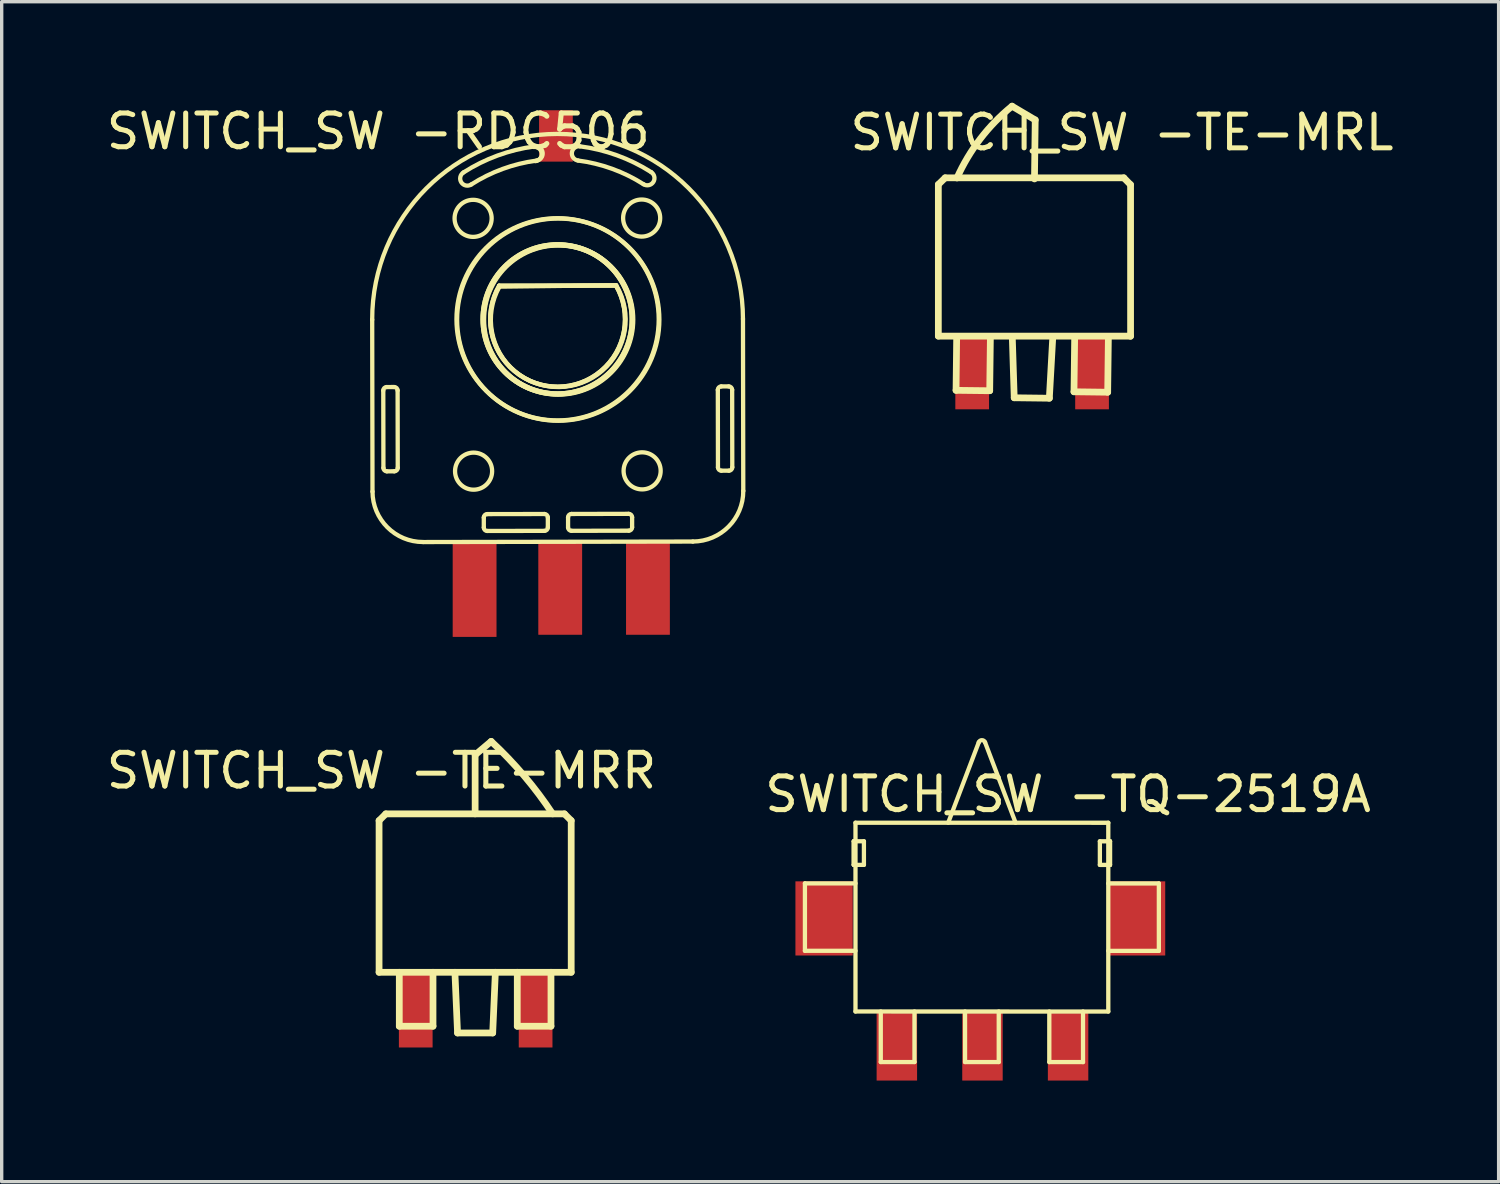
<source format=kicad_pcb>
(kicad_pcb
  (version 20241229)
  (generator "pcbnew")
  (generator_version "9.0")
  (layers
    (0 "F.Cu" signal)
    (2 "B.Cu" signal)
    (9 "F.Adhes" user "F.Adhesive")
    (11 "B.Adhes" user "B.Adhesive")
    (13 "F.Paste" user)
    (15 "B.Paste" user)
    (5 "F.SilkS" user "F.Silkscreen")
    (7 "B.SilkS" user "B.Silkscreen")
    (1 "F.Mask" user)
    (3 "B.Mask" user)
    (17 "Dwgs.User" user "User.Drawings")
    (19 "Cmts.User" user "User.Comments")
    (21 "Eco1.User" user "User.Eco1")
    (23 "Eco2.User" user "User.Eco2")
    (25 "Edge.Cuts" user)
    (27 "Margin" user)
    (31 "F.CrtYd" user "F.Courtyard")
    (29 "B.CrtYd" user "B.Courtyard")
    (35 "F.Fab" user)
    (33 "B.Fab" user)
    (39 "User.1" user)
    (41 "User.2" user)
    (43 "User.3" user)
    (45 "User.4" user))
  (footprint "SWITCH_SW -TE-MRL"
    (layer "F.Cu")
    (at 27.697 4.564)
    (property "Reference" "SWITCH_SW -TE-MRL" (at 2.54 -3.683 0) (layer "F.SilkS") (effects (font (size 1 1) (thickness 0.15))))
    (attr through_hole)
    (fp_line (start -2.909 -2.141) (end -2.909 2.358) (stroke (width 0.2) (type solid)) (layer "F.SilkS"))
    (fp_line (start -2.909 2.358) (end 2.791 2.358) (stroke (width 0.2) (type solid)) (layer "F.SilkS"))
    (fp_line (start -2.706 -2.339) (end -2.909 -2.141) (stroke (width 0.2) (type solid)) (layer "F.SilkS"))
    (fp_line (start -2.384 3.966) (end -2.365 2.366) (stroke (width 0.2) (type solid)) (layer "F.SilkS"))
    (fp_line (start -1.385 3.978) (end -2.384 3.966) (stroke (width 0.2) (type solid)) (layer "F.SilkS"))
    (fp_line (start -1.365 2.378) (end -1.385 3.978) (stroke (width 0.2) (type solid)) (layer "F.SilkS"))
    (fp_line (start -0.715 2.386) (end -0.658 4.187) (stroke (width 0.2) (type solid)) (layer "F.SilkS"))
    (fp_line (start -0.658 4.187) (end 0.384 4.2) (stroke (width 0.2) (type solid)) (layer "F.SilkS"))
    (fp_line (start -0.057 -2.306) (end -0.035 -4.056) (stroke (width 0.2) (type solid)) (layer "F.SilkS"))
    (fp_line (start -0.035 -4.056) (end -0.723 -4.464) (stroke (width 0.2) (type solid)) (layer "F.SilkS"))
    (fp_line (start 0.384 4.2) (end 0.485 2.401) (stroke (width 0.2) (type solid)) (layer "F.SilkS"))
    (fp_line (start 1.115 4.009) (end 1.135 2.409) (stroke (width 0.2) (type solid)) (layer "F.SilkS"))
    (fp_line (start 2.115 4.022) (end 1.115 4.009) (stroke (width 0.2) (type solid)) (layer "F.SilkS"))
    (fp_line (start 2.135 2.422) (end 2.115 4.022) (stroke (width 0.2) (type solid)) (layer "F.SilkS"))
    (fp_line (start 2.593 -2.339) (end -2.706 -2.339) (stroke (width 0.2) (type solid)) (layer "F.SilkS"))
    (fp_line (start 2.791 -2.136) (end 2.593 -2.339) (stroke (width 0.2) (type solid)) (layer "F.SilkS"))
    (fp_line (start 2.794 2.363) (end 2.794 -2.136) (stroke (width 0.2) (type solid)) (layer "F.SilkS"))
    (fp_arc (start -2.356324 -2.33434) (mid -1.664377 -3.495105) (end -0.722603 -4.464242) (stroke (width 0.2) (type solid)) (layer "F.SilkS"))
    (fp_circle (center -0.101 1.244) (end 0.399 1.244) (stroke (width 0.2) (type solid)) (fill no) (layer "Eco2.User"))
    (fp_circle (center -0.07 -1.256) (end 0.43 -1.256) (stroke (width 0.2) (type solid)) (fill no) (layer "Eco2.User"))
    (pad "1" smd rect (at -1.905 3.429) (size 1 2.2) (layers "F.Cu" "F.Mask" "F.Paste"))
    (pad "2" smd rect (at 1.651 3.429) (size 1 2.2) (layers "F.Cu" "F.Mask" "F.Paste")))
  (footprint "SWITCH_SW -TQ-2519A"
    (layer "F.Cu")
    (at 26.097 24.197)
    (property "Reference" "SWITCH_SW -TQ-2519A" (at 2.54 -3.683 0) (layer "F.SilkS") (effects (font (size 1 1) (thickness 0.15))))
    (attr through_hole)
    (fp_line (start -5.267 0.961) (end -5.267 -1.039) (stroke (width 0.127) (type solid)) (layer "F.SilkS"))
    (fp_line (start -5.267 -1.039) (end -3.767 -1.039) (stroke (width 0.127) (type solid)) (layer "F.SilkS"))
    (fp_line (start -3.817 -1.589) (end -3.817 -2.289) (stroke (width 0.127) (type solid)) (layer "F.SilkS"))
    (fp_line (start -3.817 -2.289) (end -3.517 -2.289) (stroke (width 0.127) (type solid)) (layer "F.SilkS"))
    (fp_line (start -3.817 -2.289) (end -3.767 -2.289) (stroke (width 0.127) (type solid)) (layer "F.SilkS"))
    (fp_line (start -3.817 -1.589) (end -3.817 -2.289) (stroke (width 0.127) (type solid)) (layer "F.SilkS"))
    (fp_line (start -3.767 2.761) (end -3.767 -2.839) (stroke (width 0.127) (type solid)) (layer "F.SilkS"))
    (fp_line (start -3.767 0.961) (end -5.267 0.961) (stroke (width 0.127) (type solid)) (layer "F.SilkS"))
    (fp_line (start -3.767 -1.589) (end -3.817 -1.589) (stroke (width 0.127) (type solid)) (layer "F.SilkS"))
    (fp_line (start -3.767 -2.839) (end 3.733 -2.838) (stroke (width 0.127) (type solid)) (layer "F.SilkS"))
    (fp_line (start -3.517 -1.589) (end -3.817 -1.589) (stroke (width 0.127) (type solid)) (layer "F.SilkS"))
    (fp_line (start -3.517 -2.289) (end -3.517 -1.589) (stroke (width 0.127) (type solid)) (layer "F.SilkS"))
    (fp_line (start -3.017 4.261) (end -3.017 2.761) (stroke (width 0.127) (type solid)) (layer "F.SilkS"))
    (fp_line (start -2.017 2.761) (end -2.017 4.261) (stroke (width 0.127) (type solid)) (layer "F.SilkS"))
    (fp_line (start -2.017 4.261) (end -3.017 4.261) (stroke (width 0.127) (type solid)) (layer "F.SilkS"))
    (fp_line (start -1.017 -2.838) (end -0.11 -5.224) (stroke (width 0.127) (type solid)) (layer "F.SilkS"))
    (fp_line (start -0.517 4.261) (end -0.517 2.761) (stroke (width 0.127) (type solid)) (layer "F.SilkS"))
    (fp_line (start 0.077 -5.224) (end 0.983 -2.838) (stroke (width 0.127) (type solid)) (layer "F.SilkS"))
    (fp_line (start 0.483 2.761) (end 0.483 4.261) (stroke (width 0.127) (type solid)) (layer "F.SilkS"))
    (fp_line (start 0.483 4.261) (end -0.517 4.261) (stroke (width 0.127) (type solid)) (layer "F.SilkS"))
    (fp_line (start 1.983 4.262) (end 1.983 2.762) (stroke (width 0.127) (type solid)) (layer "F.SilkS"))
    (fp_line (start 2.983 2.762) (end 2.983 4.262) (stroke (width 0.127) (type solid)) (layer "F.SilkS"))
    (fp_line (start 2.983 4.262) (end 1.983 4.262) (stroke (width 0.127) (type solid)) (layer "F.SilkS"))
    (fp_line (start 3.483 -1.588) (end 3.483 -2.288) (stroke (width 0.127) (type solid)) (layer "F.SilkS"))
    (fp_line (start 3.483 -2.288) (end 3.783 -2.288) (stroke (width 0.127) (type solid)) (layer "F.SilkS"))
    (fp_line (start 3.733 2.762) (end -3.767 2.761) (stroke (width 0.127) (type solid)) (layer "F.SilkS"))
    (fp_line (start 3.733 -2.288) (end 3.783 -2.288) (stroke (width 0.127) (type solid)) (layer "F.SilkS"))
    (fp_line (start 3.733 -1.038) (end 5.233 -1.038) (stroke (width 0.127) (type solid)) (layer "F.SilkS"))
    (fp_line (start 3.733 -2.838) (end 3.733 2.762) (stroke (width 0.127) (type solid)) (layer "F.SilkS"))
    (fp_line (start 3.783 -1.588) (end 3.483 -1.588) (stroke (width 0.127) (type solid)) (layer "F.SilkS"))
    (fp_line (start 3.783 -2.288) (end 3.783 -1.588) (stroke (width 0.127) (type solid)) (layer "F.SilkS"))
    (fp_line (start 3.783 -2.288) (end 3.783 -1.588) (stroke (width 0.127) (type solid)) (layer "F.SilkS"))
    (fp_line (start 3.783 -1.588) (end 3.733 -1.588) (stroke (width 0.127) (type solid)) (layer "F.SilkS"))
    (fp_line (start 5.233 0.962) (end 3.733 0.962) (stroke (width 0.127) (type solid)) (layer "F.SilkS"))
    (fp_line (start 5.233 -1.038) (end 5.233 0.962) (stroke (width 0.127) (type solid)) (layer "F.SilkS"))
    (fp_arc (start -0.110125 -5.224022) (mid -0.016647 -5.2885) (end 0.076831 -5.224023) (stroke (width 0.127) (type solid)) (layer "F.SilkS"))
    (pad "1" smd rect (at -2.54 3.81 90) (size 2 1.2) (layers "F.Cu" "F.Mask" "F.Paste"))
    (pad "2" smd rect (at 0 3.81 90) (size 2 1.2) (layers "F.Cu" "F.Mask" "F.Paste"))
    (pad "3" smd rect (at 2.54 3.81 90) (size 2 1.2) (layers "F.Cu" "F.Mask" "F.Paste"))
    (pad "4" smd rect (at -4.699 0 90) (size 2.2 1.7) (layers "F.Cu" "F.Mask" "F.Paste"))
    (pad "5" smd rect (at 4.572 0 90) (size 2.2 1.7) (layers "F.Cu" "F.Mask" "F.Paste")))
  (footprint "SWITCH_SW -RDC506"
    (layer "F.Cu")
    (at 13.57 8.603)
    (property "Reference" "SWITCH_SW -RDC506" (at -5.397 -7.755 0) (layer "F.SilkS") (effects (font (size 1 1) (thickness 0.15))))
    (attr through_hole)
    (fp_line (start -5.578 -2.17) (end -5.569 2.93) (stroke (width 0.127) (type solid)) (layer "F.SilkS"))
    (fp_line (start -5.249 -0.07) (end -5.245 2.23) (stroke (width 0.127) (type solid)) (layer "F.SilkS"))
    (fp_line (start -5.145 2.33) (end -4.92 2.329) (stroke (width 0.127) (type solid)) (layer "F.SilkS"))
    (fp_line (start -4.925 -0.171) (end -5.15 -0.17) (stroke (width 0.127) (type solid)) (layer "F.SilkS"))
    (fp_line (start -4.82 2.229) (end -4.824 -0.071) (stroke (width 0.127) (type solid)) (layer "F.SilkS"))
    (fp_line (start -4.066 4.428) (end 3.934 4.413) (stroke (width 0.127) (type solid)) (layer "F.SilkS"))
    (fp_line (start -2.267 3.699) (end -2.267 3.999) (stroke (width 0.127) (type solid)) (layer "F.SilkS"))
    (fp_line (start -2.167 4.099) (end -0.467 4.096) (stroke (width 0.127) (type solid)) (layer "F.SilkS"))
    (fp_line (start -1.812 -3.176) (end 1.652 -3.183) (stroke (width 0.127) (type solid)) (layer "F.SilkS"))
    (fp_line (start -1.812 -3.177) (end 1.652 -3.183) (stroke (width 0.127) (type solid)) (layer "F.SilkS"))
    (fp_line (start -1.802 -3.149) (end 1.662 -3.191) (stroke (width 0.127) (type solid)) (layer "F.SilkS"))
    (fp_line (start -0.468 3.596) (end -2.168 3.599) (stroke (width 0.127) (type solid)) (layer "F.SilkS"))
    (fp_line (start -0.367 3.996) (end -0.367 3.696) (stroke (width 0.127) (type solid)) (layer "F.SilkS"))
    (fp_line (start 0.233 3.695) (end 0.233 3.995) (stroke (width 0.127) (type solid)) (layer "F.SilkS"))
    (fp_line (start 0.333 4.095) (end 2.033 4.091) (stroke (width 0.127) (type solid)) (layer "F.SilkS"))
    (fp_line (start 2.032 3.591) (end 0.332 3.595) (stroke (width 0.127) (type solid)) (layer "F.SilkS"))
    (fp_line (start 2.133 3.991) (end 2.133 3.691) (stroke (width 0.127) (type solid)) (layer "F.SilkS"))
    (fp_line (start 4.676 -0.088) (end 4.68 2.212) (stroke (width 0.127) (type solid)) (layer "F.SilkS"))
    (fp_line (start 4.78 2.311) (end 5.005 2.311) (stroke (width 0.127) (type solid)) (layer "F.SilkS"))
    (fp_line (start 5 -0.189) (end 4.775 -0.189) (stroke (width 0.127) (type solid)) (layer "F.SilkS"))
    (fp_line (start 5.105 2.211) (end 5.101 -0.089) (stroke (width 0.127) (type solid)) (layer "F.SilkS"))
    (fp_line (start 5.431 2.91) (end 5.422 -2.19) (stroke (width 0.127) (type solid)) (layer "F.SilkS"))
    (fp_arc (start -5.578209 -2.169595) (mid -0.08828 -7.679646) (end 5.421771 -2.189717) (stroke (width 0.127) (type solid)) (layer "F.SilkS"))
    (fp_arc (start -5.249369 -0.070194) (mid -5.220209 -0.140958) (end -5.149553 -0.170376) (stroke (width 0.127) (type solid)) (layer "F.SilkS"))
    (fp_arc (start -5.144981 2.329619) (mid -5.215744 2.300459) (end -5.245162 2.229802) (stroke (width 0.127) (type solid)) (layer "F.SilkS"))
    (fp_arc (start -4.924553 -0.170788) (mid -4.853789 -0.141628) (end -4.82437 -0.070971) (stroke (width 0.127) (type solid)) (layer "F.SilkS"))
    (fp_arc (start -4.820163 2.229025) (mid -4.849323 2.299789) (end -4.91998 2.329208) (stroke (width 0.127) (type solid)) (layer "F.SilkS"))
    (fp_arc (start -4.06614 4.42765) (mid -5.127602 3.990251) (end -5.568882 2.930396) (stroke (width 0.127) (type solid)) (layer "F.SilkS"))
    (fp_arc (start -2.870206 -6.536884) (mid -1.857066 -7.03932) (end -0.758978 -7.309685) (stroke (width 0.127) (type solid)) (layer "F.SilkS"))
    (fp_arc (start -2.640912 -6.179044) (mid -2.934479 -6.243317) (end -2.870206 -6.536884) (stroke (width 0.127) (type solid)) (layer "F.SilkS"))
    (fp_arc (start -2.640912 -6.179044) (mid -1.710977 -6.640217) (end -0.70307 -6.888378) (stroke (width 0.127) (type solid)) (layer "F.SilkS"))
    (fp_arc (start -2.26747 3.699358) (mid -2.23831 3.628594) (end -2.167653 3.599175) (stroke (width 0.127) (type solid)) (layer "F.SilkS"))
    (fp_arc (start -2.166738 4.099175) (mid -2.237502 4.070015) (end -2.266921 3.999358) (stroke (width 0.127) (type solid)) (layer "F.SilkS"))
    (fp_arc (start -0.791261 -7.293013) (mid -0.550789 -7.112775) (end -0.731027 -6.872303) (stroke (width 0.127) (type solid)) (layer "F.SilkS"))
    (fp_arc (start -0.758978 -7.309684) (mid -0.520371 -7.126985) (end -0.70307 -6.888378) (stroke (width 0.127) (type solid)) (layer "F.SilkS"))
    (fp_arc (start -0.467655 3.596067) (mid -0.396891 3.625227) (end -0.367473 3.695883) (stroke (width 0.127) (type solid)) (layer "F.SilkS"))
    (fp_arc (start -0.366924 3.995882) (mid -0.396084 4.066646) (end -0.466741 4.096065) (stroke (width 0.127) (type solid)) (layer "F.SilkS"))
    (fp_arc (start 0.232527 3.694785) (mid 0.261687 3.624021) (end 0.332343 3.594603) (stroke (width 0.127) (type solid)) (layer "F.SilkS"))
    (fp_arc (start 0.333258 4.094602) (mid 0.262494 4.065442) (end 0.233075 3.994785) (stroke (width 0.127) (type solid)) (layer "F.SilkS"))
    (fp_arc (start 0.529401 -6.890633) (mid 0.34583 -7.12857) (end 0.583767 -7.312141) (stroke (width 0.127) (type solid)) (layer "F.SilkS"))
    (fp_arc (start 0.529401 -6.890632) (mid 1.538209 -6.64616) (end 2.469825 -6.188393) (stroke (width 0.127) (type solid)) (layer "F.SilkS"))
    (fp_arc (start 0.583767 -7.31214) (mid 1.682837 -7.045794) (end 2.697808 -6.547069) (stroke (width 0.127) (type solid)) (layer "F.SilkS"))
    (fp_arc (start 1.652 -3.182823) (mid -0.07456 -0.179659) (end -1.812097 -3.176486) (stroke (width 0.127) (type solid)) (layer "F.SilkS"))
    (fp_arc (start 1.652147 -3.182966) (mid -0.074413 -0.179802) (end -1.81195 -3.176629) (stroke (width 0.127) (type solid)) (layer "F.SilkS"))
    (fp_arc (start 1.661996 -3.191144) (mid -0.033613 -0.170398) (end -1.801852 -3.149211) (stroke (width 0.127) (type solid)) (layer "F.SilkS"))
    (fp_arc (start 2.03234 3.591493) (mid 2.103104 3.620653) (end 2.132523 3.69131) (stroke (width 0.127) (type solid)) (layer "F.SilkS"))
    (fp_arc (start 2.133072 3.991309) (mid 2.103912 4.062073) (end 2.033255 4.091492) (stroke (width 0.127) (type solid)) (layer "F.SilkS"))
    (fp_arc (start 2.697809 -6.547069) (mid 2.763155 -6.253739) (end 2.469825 -6.188393) (stroke (width 0.127) (type solid)) (layer "F.SilkS"))
    (fp_arc (start 4.675614 -0.088348) (mid 4.704774 -0.159112) (end 4.775431 -0.188531) (stroke (width 0.127) (type solid)) (layer "F.SilkS"))
    (fp_arc (start 4.780004 2.311465) (mid 4.70924 2.282305) (end 4.679821 2.211648) (stroke (width 0.127) (type solid)) (layer "F.SilkS"))
    (fp_arc (start 5.00043 -0.188943) (mid 5.071194 -0.159783) (end 5.100613 -0.089126) (stroke (width 0.127) (type solid)) (layer "F.SilkS"))
    (fp_arc (start 5.104819 2.210871) (mid 5.075659 2.281635) (end 5.005003 2.311053) (stroke (width 0.127) (type solid)) (layer "F.SilkS"))
    (fp_arc (start 5.4311 2.910276) (mid 4.993701 3.971737) (end 3.933846 4.413016) (stroke (width 0.127) (type solid)) (layer "F.SilkS"))
    (fp_circle (center -2.584 -5.175) (end -2.034 -5.175) (stroke (width 0.127) (type solid)) (fill no) (layer "F.SilkS"))
    (fp_circle (center -2.57 2.325) (end -2.02 2.325) (stroke (width 0.127) (type solid)) (fill no) (layer "F.SilkS"))
    (fp_circle (center -0.078 -2.18) (end 2.122 -2.18) (stroke (width 0.127) (type solid)) (fill no) (layer "F.SilkS"))
    (fp_circle (center -0.078 -2.18) (end 2.147 -2.18) (stroke (width 0.127) (type solid)) (fill no) (layer "F.SilkS"))
    (fp_circle (center -0.078 -2.18) (end 2.122 -2.18) (stroke (width 0.127) (type solid)) (fill no) (layer "F.SilkS"))
    (fp_circle (center -0.078 -2.18) (end 2.147 -2.18) (stroke (width 0.127) (type solid)) (fill no) (layer "F.SilkS"))
    (fp_circle (center -0.078 -2.18) (end 2.922 -2.18) (stroke (width 0.127) (type solid)) (fill no) (layer "F.SilkS"))
    (fp_circle (center -0.058 -2.17) (end 2.142 -2.17) (stroke (width 0.127) (type solid)) (fill no) (layer "F.SilkS"))
    (fp_circle (center -0.058 -2.17) (end 2.167 -2.17) (stroke (width 0.127) (type solid)) (fill no) (layer "F.SilkS"))
    (fp_circle (center -0.058 -2.17) (end 2.942 -2.17) (stroke (width 0.127) (type solid)) (fill no) (layer "F.SilkS"))
    (fp_circle (center 2.416 -5.184) (end 2.966 -5.184) (stroke (width 0.127) (type solid)) (fill no) (layer "F.SilkS"))
    (fp_circle (center 2.43 2.316) (end 2.98 2.316) (stroke (width 0.127) (type solid)) (fill no) (layer "F.SilkS"))
    (pad "1" smd rect (at -2.54 5.842) (size 1.3 2.8) (layers "F.Cu" "F.Mask" "F.Paste"))
    (pad "2" smd rect (at 0 5.779) (size 1.3 2.8) (layers "F.Cu" "F.Mask" "F.Paste"))
    (pad "3" smd rect (at 2.603 5.779) (size 1.3 2.8) (layers "F.Cu" "F.Mask" "F.Paste"))
    (pad "4" smd rect (at -0.127 -7.62 90) (size 1.524 1) (layers "F.Cu" "F.Mask" "F.Paste")))
  (footprint "SWITCH_SW -TE-MRR"
    (layer "F.Cu")
    (at 11.062 23.751)
    (property "Reference" "SWITCH_SW -TE-MRR" (at -2.794 -3.937 0) (layer "F.SilkS") (effects (font (size 1 1) (thickness 0.15))))
    (attr through_hole)
    (fp_line (start -2.866 2.044) (end 2.834 2.044) (stroke (width 0.2) (type solid)) (layer "F.SilkS"))
    (fp_line (start -2.866 -2.456) (end -2.866 2.044) (stroke (width 0.2) (type solid)) (layer "F.SilkS"))
    (fp_line (start -2.666 -2.656) (end -2.866 -2.456) (stroke (width 0.2) (type solid)) (layer "F.SilkS"))
    (fp_line (start -2.266 3.644) (end -2.266 2.044) (stroke (width 0.2) (type solid)) (layer "F.SilkS"))
    (fp_line (start -1.266 3.644) (end -2.266 3.644) (stroke (width 0.2) (type solid)) (layer "F.SilkS"))
    (fp_line (start -1.266 2.044) (end -1.266 3.644) (stroke (width 0.2) (type solid)) (layer "F.SilkS"))
    (fp_line (start -0.616 2.044) (end -0.538 3.844) (stroke (width 0.2) (type solid)) (layer "F.SilkS"))
    (fp_line (start -0.538 3.844) (end 0.505 3.844) (stroke (width 0.2) (type solid)) (layer "F.SilkS"))
    (fp_line (start -0.016 -4.406) (end -0.016 -2.656) (stroke (width 0.2) (type solid)) (layer "F.SilkS"))
    (fp_line (start 0.46 -4.806) (end -0.016 -4.406) (stroke (width 0.2) (type solid)) (layer "F.SilkS"))
    (fp_line (start 0.505 3.844) (end 0.584 2.044) (stroke (width 0.2) (type solid)) (layer "F.SilkS"))
    (fp_line (start 1.234 3.644) (end 1.234 2.044) (stroke (width 0.2) (type solid)) (layer "F.SilkS"))
    (fp_line (start 2.234 3.644) (end 1.234 3.644) (stroke (width 0.2) (type solid)) (layer "F.SilkS"))
    (fp_line (start 2.234 2.044) (end 2.234 3.644) (stroke (width 0.2) (type solid)) (layer "F.SilkS"))
    (fp_line (start 2.634 -2.656) (end -2.666 -2.656) (stroke (width 0.2) (type solid)) (layer "F.SilkS"))
    (fp_line (start 2.834 2.044) (end 2.834 -2.456) (stroke (width 0.2) (type solid)) (layer "F.SilkS"))
    (fp_line (start 2.834 -2.456) (end 2.634 -2.656) (stroke (width 0.2) (type solid)) (layer "F.SilkS"))
    (fp_arc (start 0.460494 -4.805896) (mid 1.436578 -3.78554) (end 2.283792 -2.655895) (stroke (width 0.2) (type solid)) (layer "F.SilkS"))
    (fp_circle (center -0.016 0.894) (end 0.484 0.894) (stroke (width 0.2) (type solid)) (fill no) (layer "Eco2.User"))
    (fp_circle (center -0.016 -1.606) (end 0.484 -1.606) (stroke (width 0.2) (type solid)) (fill no) (layer "Eco2.User"))
    (pad "1" smd rect (at -1.778 3.175) (size 1 2.2) (layers "F.Cu" "F.Mask" "F.Paste"))
    (pad "2" smd rect (at 1.778 3.175) (size 1 2.2) (layers "F.Cu" "F.Mask" "F.Paste")))
  (gr_rect
    (start -3 -3)
    (end 41.41 32.007)
    (stroke (width 0.1) (type default))
    (fill no)
    (layer "Edge.Cuts")))
</source>
